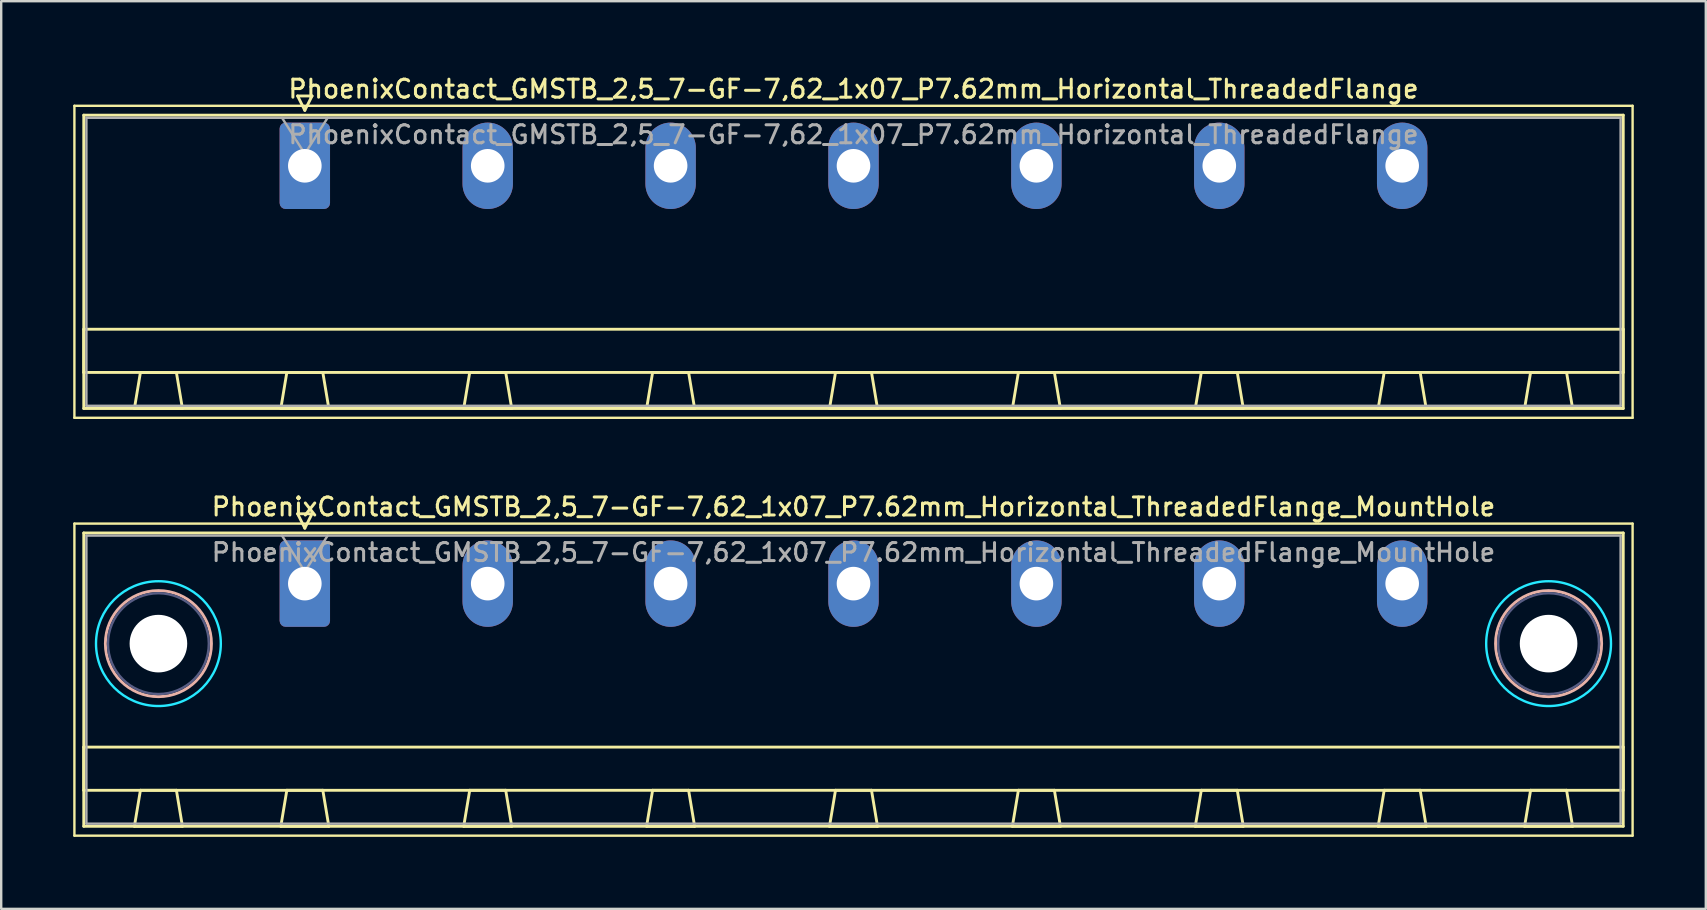
<source format=kicad_pcb>
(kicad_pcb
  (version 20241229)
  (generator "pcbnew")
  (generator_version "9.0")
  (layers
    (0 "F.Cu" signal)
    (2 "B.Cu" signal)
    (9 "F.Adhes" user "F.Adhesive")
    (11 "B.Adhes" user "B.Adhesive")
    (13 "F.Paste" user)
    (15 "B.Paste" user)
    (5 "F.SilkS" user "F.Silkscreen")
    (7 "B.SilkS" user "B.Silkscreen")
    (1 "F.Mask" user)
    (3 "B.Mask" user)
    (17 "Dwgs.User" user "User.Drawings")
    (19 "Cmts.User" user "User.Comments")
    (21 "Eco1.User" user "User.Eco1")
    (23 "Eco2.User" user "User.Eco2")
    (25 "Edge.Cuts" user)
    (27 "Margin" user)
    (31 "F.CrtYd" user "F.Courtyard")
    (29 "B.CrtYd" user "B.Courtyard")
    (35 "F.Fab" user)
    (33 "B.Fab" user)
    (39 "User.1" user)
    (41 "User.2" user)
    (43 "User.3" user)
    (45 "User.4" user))
  (footprint "PhoenixContact_GMSTB_2,5_7-GF-7,62_1x07_P7.62mm_Horizontal_ThreadedFlange"
    (layer "F.Cu")
    (at 9.65 3.858)
    (property "Reference" "PhoenixContact_GMSTB_2,5_7-GF-7,62_1x07_P7.62mm_Horizontal_ThreadedFlange" (at 22.86 -3.2 0) (layer "F.SilkS") (effects (font (size 0.75 0.75) (thickness 0.125))))
    (attr through_hole)
    (fp_line (start -9.6 -2.5) (end -9.6 10.5) (stroke (width 0.1) (type solid)) (layer "F.SilkS"))
    (fp_line (start -9.6 10.5) (end 55.32 10.5) (stroke (width 0.1) (type solid)) (layer "F.SilkS"))
    (fp_line (start -9.21 -2.11) (end -9.21 10.11) (stroke (width 0.12) (type solid)) (layer "F.SilkS"))
    (fp_line (start -9.21 6.81) (end 54.93 6.81) (stroke (width 0.12) (type solid)) (layer "F.SilkS"))
    (fp_line (start -9.21 8.61) (end -9.21 6.81) (stroke (width 0.12) (type solid)) (layer "F.SilkS"))
    (fp_line (start -9.21 10.11) (end 54.93 10.11) (stroke (width 0.12) (type solid)) (layer "F.SilkS"))
    (fp_line (start -7.1 10.11) (end -5.1 10.11) (stroke (width 0.12) (type solid)) (layer "F.SilkS"))
    (fp_line (start -6.85 8.61) (end -7.1 10.11) (stroke (width 0.12) (type solid)) (layer "F.SilkS"))
    (fp_line (start -5.35 8.61) (end -6.85 8.61) (stroke (width 0.12) (type solid)) (layer "F.SilkS"))
    (fp_line (start -5.1 10.11) (end -5.35 8.61) (stroke (width 0.12) (type solid)) (layer "F.SilkS"))
    (fp_line (start -1 10.11) (end 1 10.11) (stroke (width 0.12) (type solid)) (layer "F.SilkS"))
    (fp_line (start -0.75 8.61) (end -1 10.11) (stroke (width 0.12) (type solid)) (layer "F.SilkS"))
    (fp_line (start -0.3 -2.91) (end 0.3 -2.91) (stroke (width 0.12) (type solid)) (layer "F.SilkS"))
    (fp_line (start 0 -2.31) (end -0.3 -2.91) (stroke (width 0.12) (type solid)) (layer "F.SilkS"))
    (fp_line (start 0.3 -2.91) (end 0 -2.31) (stroke (width 0.12) (type solid)) (layer "F.SilkS"))
    (fp_line (start 0.75 8.61) (end -0.75 8.61) (stroke (width 0.12) (type solid)) (layer "F.SilkS"))
    (fp_line (start 1 10.11) (end 0.75 8.61) (stroke (width 0.12) (type solid)) (layer "F.SilkS"))
    (fp_line (start 6.62 10.11) (end 8.62 10.11) (stroke (width 0.12) (type solid)) (layer "F.SilkS"))
    (fp_line (start 6.87 8.61) (end 6.62 10.11) (stroke (width 0.12) (type solid)) (layer "F.SilkS"))
    (fp_line (start 8.37 8.61) (end 6.87 8.61) (stroke (width 0.12) (type solid)) (layer "F.SilkS"))
    (fp_line (start 8.62 10.11) (end 8.37 8.61) (stroke (width 0.12) (type solid)) (layer "F.SilkS"))
    (fp_line (start 14.24 10.11) (end 16.24 10.11) (stroke (width 0.12) (type solid)) (layer "F.SilkS"))
    (fp_line (start 14.49 8.61) (end 14.24 10.11) (stroke (width 0.12) (type solid)) (layer "F.SilkS"))
    (fp_line (start 15.99 8.61) (end 14.49 8.61) (stroke (width 0.12) (type solid)) (layer "F.SilkS"))
    (fp_line (start 16.24 10.11) (end 15.99 8.61) (stroke (width 0.12) (type solid)) (layer "F.SilkS"))
    (fp_line (start 21.86 10.11) (end 23.86 10.11) (stroke (width 0.12) (type solid)) (layer "F.SilkS"))
    (fp_line (start 22.11 8.61) (end 21.86 10.11) (stroke (width 0.12) (type solid)) (layer "F.SilkS"))
    (fp_line (start 23.61 8.61) (end 22.11 8.61) (stroke (width 0.12) (type solid)) (layer "F.SilkS"))
    (fp_line (start 23.86 10.11) (end 23.61 8.61) (stroke (width 0.12) (type solid)) (layer "F.SilkS"))
    (fp_line (start 29.48 10.11) (end 31.48 10.11) (stroke (width 0.12) (type solid)) (layer "F.SilkS"))
    (fp_line (start 29.73 8.61) (end 29.48 10.11) (stroke (width 0.12) (type solid)) (layer "F.SilkS"))
    (fp_line (start 31.23 8.61) (end 29.73 8.61) (stroke (width 0.12) (type solid)) (layer "F.SilkS"))
    (fp_line (start 31.48 10.11) (end 31.23 8.61) (stroke (width 0.12) (type solid)) (layer "F.SilkS"))
    (fp_line (start 37.1 10.11) (end 39.1 10.11) (stroke (width 0.12) (type solid)) (layer "F.SilkS"))
    (fp_line (start 37.35 8.61) (end 37.1 10.11) (stroke (width 0.12) (type solid)) (layer "F.SilkS"))
    (fp_line (start 38.85 8.61) (end 37.35 8.61) (stroke (width 0.12) (type solid)) (layer "F.SilkS"))
    (fp_line (start 39.1 10.11) (end 38.85 8.61) (stroke (width 0.12) (type solid)) (layer "F.SilkS"))
    (fp_line (start 44.72 10.11) (end 46.72 10.11) (stroke (width 0.12) (type solid)) (layer "F.SilkS"))
    (fp_line (start 44.97 8.61) (end 44.72 10.11) (stroke (width 0.12) (type solid)) (layer "F.SilkS"))
    (fp_line (start 46.47 8.61) (end 44.97 8.61) (stroke (width 0.12) (type solid)) (layer "F.SilkS"))
    (fp_line (start 46.72 10.11) (end 46.47 8.61) (stroke (width 0.12) (type solid)) (layer "F.SilkS"))
    (fp_line (start 50.82 10.11) (end 52.82 10.11) (stroke (width 0.12) (type solid)) (layer "F.SilkS"))
    (fp_line (start 51.07 8.61) (end 50.82 10.11) (stroke (width 0.12) (type solid)) (layer "F.SilkS"))
    (fp_line (start 52.57 8.61) (end 51.07 8.61) (stroke (width 0.12) (type solid)) (layer "F.SilkS"))
    (fp_line (start 52.82 10.11) (end 52.57 8.61) (stroke (width 0.12) (type solid)) (layer "F.SilkS"))
    (fp_line (start 54.93 -2.11) (end -9.21 -2.11) (stroke (width 0.12) (type solid)) (layer "F.SilkS"))
    (fp_line (start 54.93 6.81) (end 54.93 8.61) (stroke (width 0.12) (type solid)) (layer "F.SilkS"))
    (fp_line (start 54.93 8.61) (end -9.21 8.61) (stroke (width 0.12) (type solid)) (layer "F.SilkS"))
    (fp_line (start 54.93 10.11) (end 54.93 -2.11) (stroke (width 0.12) (type solid)) (layer "F.SilkS"))
    (fp_line (start 55.32 -2.5) (end -9.6 -2.5) (stroke (width 0.1) (type solid)) (layer "F.SilkS"))
    (fp_line (start 55.32 10.5) (end 55.32 -2.5) (stroke (width 0.1) (type solid)) (layer "F.SilkS"))
    (fp_line (start -9.1 -2) (end -9.1 10) (stroke (width 0.1) (type solid)) (layer "F.Fab"))
    (fp_line (start -9.1 10) (end 54.82 10) (stroke (width 0.1) (type solid)) (layer "F.Fab"))
    (fp_line (start 0 -0.5) (end -0.95 -2) (stroke (width 0.1) (type solid)) (layer "F.Fab"))
    (fp_line (start 0.95 -2) (end 0 -0.5) (stroke (width 0.1) (type solid)) (layer "F.Fab"))
    (fp_line (start 54.82 -2) (end -9.1 -2) (stroke (width 0.1) (type solid)) (layer "F.Fab"))
    (fp_line (start 54.82 10) (end 54.82 -2) (stroke (width 0.1) (type solid)) (layer "F.Fab"))
    (fp_text user "${REFERENCE}" (at 22.86 -1.3 0) (layer "F.Fab") (effects (font (size 0.75 0.75) (thickness 0.125))))
    (pad "1" thru_hole roundrect (at 0 0) (size 2.1 3.6) (drill 1.4) (layers "*.Cu" "*.Mask") (roundrect_rratio 0.119))
    (pad "2" thru_hole oval (at 7.62 0) (size 2.1 3.6) (drill 1.4) (layers "*.Cu" "*.Mask"))
    (pad "3" thru_hole oval (at 15.24 0) (size 2.1 3.6) (drill 1.4) (layers "*.Cu" "*.Mask"))
    (pad "4" thru_hole oval (at 22.86 0) (size 2.1 3.6) (drill 1.4) (layers "*.Cu" "*.Mask"))
    (pad "5" thru_hole oval (at 30.48 0) (size 2.1 3.6) (drill 1.4) (layers "*.Cu" "*.Mask"))
    (pad "6" thru_hole oval (at 38.1 0) (size 2.1 3.6) (drill 1.4) (layers "*.Cu" "*.Mask"))
    (pad "7" thru_hole oval (at 45.72 0) (size 2.1 3.6) (drill 1.4) (layers "*.Cu" "*.Mask")))
  (footprint "PhoenixContact_GMSTB_2,5_7-GF-7,62_1x07_P7.62mm_Horizontal_ThreadedFlange_MountHole"
    (layer "F.Cu")
    (at 9.65 21.266)
    (property "Reference" "PhoenixContact_GMSTB_2,5_7-GF-7,62_1x07_P7.62mm_Horizontal_ThreadedFlange_MountHole" (at 22.86 -3.2 0) (layer "F.SilkS") (effects (font (size 0.75 0.75) (thickness 0.125))))
    (attr through_hole)
    (fp_line (start -9.6 -2.5) (end -9.6 10.5) (stroke (width 0.1) (type solid)) (layer "F.SilkS"))
    (fp_line (start -9.6 10.5) (end 55.32 10.5) (stroke (width 0.1) (type solid)) (layer "F.SilkS"))
    (fp_line (start -9.21 -2.11) (end -9.21 10.11) (stroke (width 0.12) (type solid)) (layer "F.SilkS"))
    (fp_line (start -9.21 6.81) (end 54.93 6.81) (stroke (width 0.12) (type solid)) (layer "F.SilkS"))
    (fp_line (start -9.21 8.61) (end -9.21 6.81) (stroke (width 0.12) (type solid)) (layer "F.SilkS"))
    (fp_line (start -9.21 10.11) (end 54.93 10.11) (stroke (width 0.12) (type solid)) (layer "F.SilkS"))
    (fp_line (start -7.1 10.11) (end -5.1 10.11) (stroke (width 0.12) (type solid)) (layer "F.SilkS"))
    (fp_line (start -6.85 8.61) (end -7.1 10.11) (stroke (width 0.12) (type solid)) (layer "F.SilkS"))
    (fp_line (start -5.35 8.61) (end -6.85 8.61) (stroke (width 0.12) (type solid)) (layer "F.SilkS"))
    (fp_line (start -5.1 10.11) (end -5.35 8.61) (stroke (width 0.12) (type solid)) (layer "F.SilkS"))
    (fp_line (start -1 10.11) (end 1 10.11) (stroke (width 0.12) (type solid)) (layer "F.SilkS"))
    (fp_line (start -0.75 8.61) (end -1 10.11) (stroke (width 0.12) (type solid)) (layer "F.SilkS"))
    (fp_line (start -0.3 -2.91) (end 0.3 -2.91) (stroke (width 0.12) (type solid)) (layer "F.SilkS"))
    (fp_line (start 0 -2.31) (end -0.3 -2.91) (stroke (width 0.12) (type solid)) (layer "F.SilkS"))
    (fp_line (start 0.3 -2.91) (end 0 -2.31) (stroke (width 0.12) (type solid)) (layer "F.SilkS"))
    (fp_line (start 0.75 8.61) (end -0.75 8.61) (stroke (width 0.12) (type solid)) (layer "F.SilkS"))
    (fp_line (start 1 10.11) (end 0.75 8.61) (stroke (width 0.12) (type solid)) (layer "F.SilkS"))
    (fp_line (start 6.62 10.11) (end 8.62 10.11) (stroke (width 0.12) (type solid)) (layer "F.SilkS"))
    (fp_line (start 6.87 8.61) (end 6.62 10.11) (stroke (width 0.12) (type solid)) (layer "F.SilkS"))
    (fp_line (start 8.37 8.61) (end 6.87 8.61) (stroke (width 0.12) (type solid)) (layer "F.SilkS"))
    (fp_line (start 8.62 10.11) (end 8.37 8.61) (stroke (width 0.12) (type solid)) (layer "F.SilkS"))
    (fp_line (start 14.24 10.11) (end 16.24 10.11) (stroke (width 0.12) (type solid)) (layer "F.SilkS"))
    (fp_line (start 14.49 8.61) (end 14.24 10.11) (stroke (width 0.12) (type solid)) (layer "F.SilkS"))
    (fp_line (start 15.99 8.61) (end 14.49 8.61) (stroke (width 0.12) (type solid)) (layer "F.SilkS"))
    (fp_line (start 16.24 10.11) (end 15.99 8.61) (stroke (width 0.12) (type solid)) (layer "F.SilkS"))
    (fp_line (start 21.86 10.11) (end 23.86 10.11) (stroke (width 0.12) (type solid)) (layer "F.SilkS"))
    (fp_line (start 22.11 8.61) (end 21.86 10.11) (stroke (width 0.12) (type solid)) (layer "F.SilkS"))
    (fp_line (start 23.61 8.61) (end 22.11 8.61) (stroke (width 0.12) (type solid)) (layer "F.SilkS"))
    (fp_line (start 23.86 10.11) (end 23.61 8.61) (stroke (width 0.12) (type solid)) (layer "F.SilkS"))
    (fp_line (start 29.48 10.11) (end 31.48 10.11) (stroke (width 0.12) (type solid)) (layer "F.SilkS"))
    (fp_line (start 29.73 8.61) (end 29.48 10.11) (stroke (width 0.12) (type solid)) (layer "F.SilkS"))
    (fp_line (start 31.23 8.61) (end 29.73 8.61) (stroke (width 0.12) (type solid)) (layer "F.SilkS"))
    (fp_line (start 31.48 10.11) (end 31.23 8.61) (stroke (width 0.12) (type solid)) (layer "F.SilkS"))
    (fp_line (start 37.1 10.11) (end 39.1 10.11) (stroke (width 0.12) (type solid)) (layer "F.SilkS"))
    (fp_line (start 37.35 8.61) (end 37.1 10.11) (stroke (width 0.12) (type solid)) (layer "F.SilkS"))
    (fp_line (start 38.85 8.61) (end 37.35 8.61) (stroke (width 0.12) (type solid)) (layer "F.SilkS"))
    (fp_line (start 39.1 10.11) (end 38.85 8.61) (stroke (width 0.12) (type solid)) (layer "F.SilkS"))
    (fp_line (start 44.72 10.11) (end 46.72 10.11) (stroke (width 0.12) (type solid)) (layer "F.SilkS"))
    (fp_line (start 44.97 8.61) (end 44.72 10.11) (stroke (width 0.12) (type solid)) (layer "F.SilkS"))
    (fp_line (start 46.47 8.61) (end 44.97 8.61) (stroke (width 0.12) (type solid)) (layer "F.SilkS"))
    (fp_line (start 46.72 10.11) (end 46.47 8.61) (stroke (width 0.12) (type solid)) (layer "F.SilkS"))
    (fp_line (start 50.82 10.11) (end 52.82 10.11) (stroke (width 0.12) (type solid)) (layer "F.SilkS"))
    (fp_line (start 51.07 8.61) (end 50.82 10.11) (stroke (width 0.12) (type solid)) (layer "F.SilkS"))
    (fp_line (start 52.57 8.61) (end 51.07 8.61) (stroke (width 0.12) (type solid)) (layer "F.SilkS"))
    (fp_line (start 52.82 10.11) (end 52.57 8.61) (stroke (width 0.12) (type solid)) (layer "F.SilkS"))
    (fp_line (start 54.93 -2.11) (end -9.21 -2.11) (stroke (width 0.12) (type solid)) (layer "F.SilkS"))
    (fp_line (start 54.93 6.81) (end 54.93 8.61) (stroke (width 0.12) (type solid)) (layer "F.SilkS"))
    (fp_line (start 54.93 8.61) (end -9.21 8.61) (stroke (width 0.12) (type solid)) (layer "F.SilkS"))
    (fp_line (start 54.93 10.11) (end 54.93 -2.11) (stroke (width 0.12) (type solid)) (layer "F.SilkS"))
    (fp_line (start 55.32 -2.5) (end -9.6 -2.5) (stroke (width 0.1) (type solid)) (layer "F.SilkS"))
    (fp_line (start 55.32 10.5) (end 55.32 -2.5) (stroke (width 0.1) (type solid)) (layer "F.SilkS"))
    (fp_circle (center -6.1 2.5) (end -3.89 2.5) (stroke (width 0.12) (type solid)) (fill no) (layer "B.SilkS"))
    (fp_circle (center 51.82 2.5) (end 54.03 2.5) (stroke (width 0.12) (type solid)) (fill no) (layer "B.SilkS"))
    (fp_circle (center -6.1 2.5) (end -3.5 2.5) (stroke (width 0.1) (type solid)) (fill no) (layer "B.CrtYd"))
    (fp_circle (center 51.82 2.5) (end 54.42 2.5) (stroke (width 0.1) (type solid)) (fill no) (layer "B.CrtYd"))
    (fp_circle (center -6.1 2.5) (end -4 2.5) (stroke (width 0.1) (type solid)) (fill no) (layer "B.Fab"))
    (fp_circle (center 51.82 2.5) (end 53.92 2.5) (stroke (width 0.1) (type solid)) (fill no) (layer "B.Fab"))
    (fp_line (start -9.1 -2) (end -9.1 10) (stroke (width 0.1) (type solid)) (layer "F.Fab"))
    (fp_line (start -9.1 10) (end 54.82 10) (stroke (width 0.1) (type solid)) (layer "F.Fab"))
    (fp_line (start 0 -0.5) (end -0.95 -2) (stroke (width 0.1) (type solid)) (layer "F.Fab"))
    (fp_line (start 0.95 -2) (end 0 -0.5) (stroke (width 0.1) (type solid)) (layer "F.Fab"))
    (fp_line (start 54.82 -2) (end -9.1 -2) (stroke (width 0.1) (type solid)) (layer "F.Fab"))
    (fp_line (start 54.82 10) (end 54.82 -2) (stroke (width 0.1) (type solid)) (layer "F.Fab"))
    (fp_text user "${REFERENCE}" (at 22.86 -1.3 0) (layer "F.Fab") (effects (font (size 0.75 0.75) (thickness 0.125))))
    (pad "" np_thru_hole circle (at -6.1 2.5) (size 2.4 2.4) (drill 2.4) (layers "*.Cu" "*.Mask"))
    (pad "" np_thru_hole circle (at 51.82 2.5) (size 2.4 2.4) (drill 2.4) (layers "*.Cu" "*.Mask"))
    (pad "1" thru_hole roundrect (at 0 0) (size 2.1 3.6) (drill 1.4) (layers "*.Cu" "*.Mask") (roundrect_rratio 0.119))
    (pad "2" thru_hole oval (at 7.62 0) (size 2.1 3.6) (drill 1.4) (layers "*.Cu" "*.Mask"))
    (pad "3" thru_hole oval (at 15.24 0) (size 2.1 3.6) (drill 1.4) (layers "*.Cu" "*.Mask"))
    (pad "4" thru_hole oval (at 22.86 0) (size 2.1 3.6) (drill 1.4) (layers "*.Cu" "*.Mask"))
    (pad "5" thru_hole oval (at 30.48 0) (size 2.1 3.6) (drill 1.4) (layers "*.Cu" "*.Mask"))
    (pad "6" thru_hole oval (at 38.1 0) (size 2.1 3.6) (drill 1.4) (layers "*.Cu" "*.Mask"))
    (pad "7" thru_hole oval (at 45.72 0) (size 2.1 3.6) (drill 1.4) (layers "*.Cu" "*.Mask")))
  (gr_rect
    (start -3 -3)
    (end 68.02 34.816)
    (stroke (width 0.1) (type default))
    (fill no)
    (layer "Edge.Cuts")))
</source>
